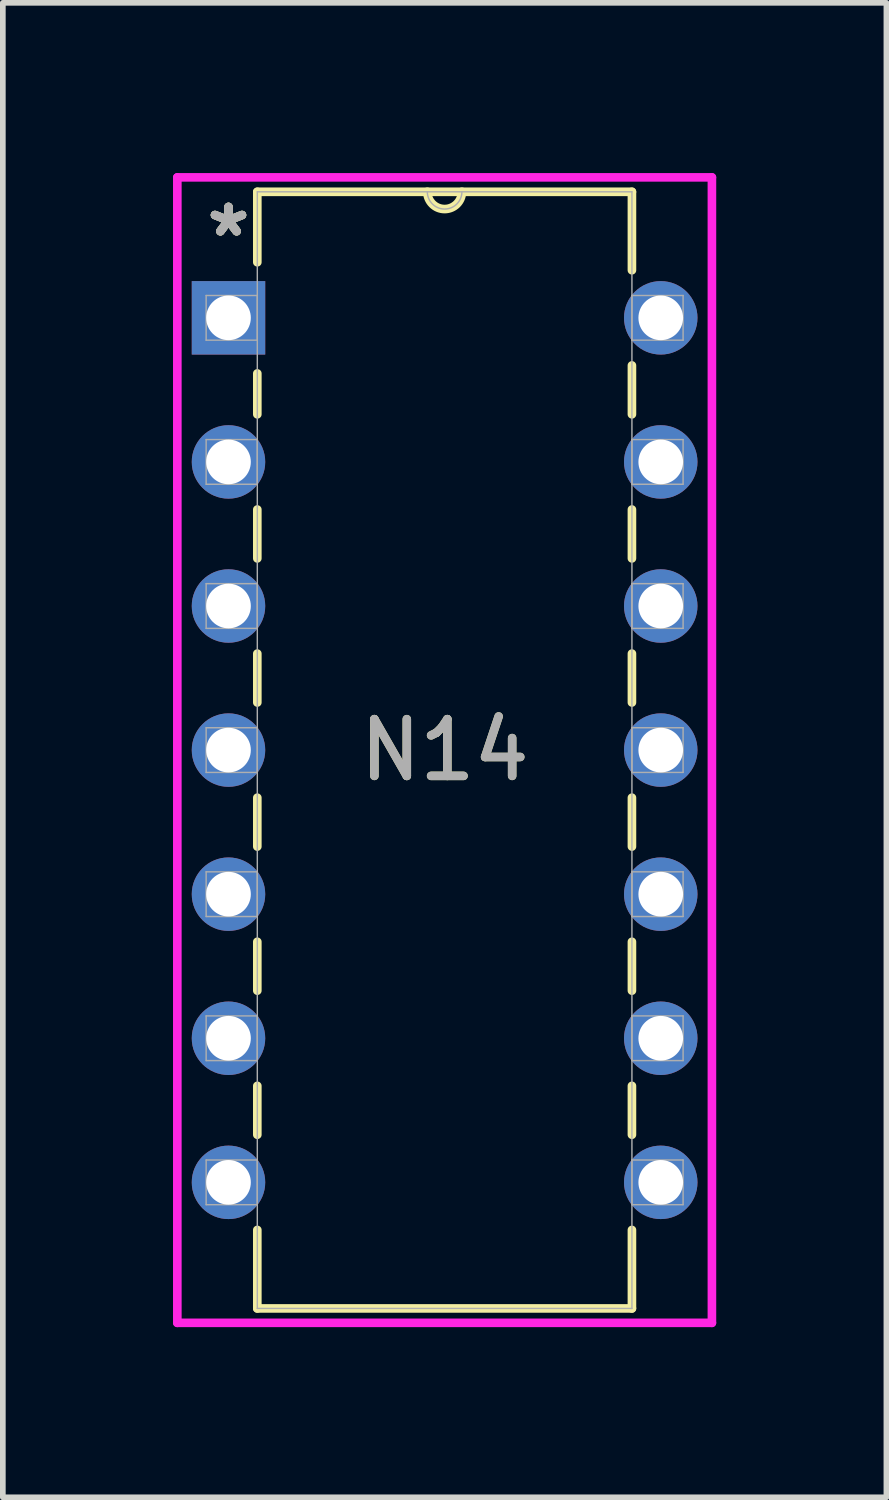
<source format=kicad_pcb>
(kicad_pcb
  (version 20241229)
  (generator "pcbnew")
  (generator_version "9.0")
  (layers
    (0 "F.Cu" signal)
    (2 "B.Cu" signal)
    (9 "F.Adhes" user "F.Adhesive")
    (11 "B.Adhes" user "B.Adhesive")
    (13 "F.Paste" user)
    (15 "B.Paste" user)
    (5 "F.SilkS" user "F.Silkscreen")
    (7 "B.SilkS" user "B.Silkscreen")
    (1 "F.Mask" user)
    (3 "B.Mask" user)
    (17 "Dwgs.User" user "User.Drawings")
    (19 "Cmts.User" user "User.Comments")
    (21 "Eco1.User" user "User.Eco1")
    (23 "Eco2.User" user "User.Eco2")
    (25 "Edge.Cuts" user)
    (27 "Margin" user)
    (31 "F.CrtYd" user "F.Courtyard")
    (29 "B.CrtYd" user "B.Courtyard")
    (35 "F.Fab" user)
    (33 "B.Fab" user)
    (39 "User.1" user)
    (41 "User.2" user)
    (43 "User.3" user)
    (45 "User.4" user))
  (footprint "N14"
    (layer "F.Cu")
    (at 8.598 17.793)
    (property "Reference" "N14" (at -3.81 -7.62 0) (unlocked yes) (layer "F.SilkS") (effects (font (size 1 1) (thickness 0.15))))
    (attr through_hole)
    (fp_line (start -7.112 -17.462) (end -7.112 -16.22) (stroke (width 0.152) (type solid)) (layer "F.SilkS"))
    (fp_line (start -7.112 -14.26) (end -7.112 -13.539) (stroke (width 0.152) (type solid)) (layer "F.SilkS"))
    (fp_line (start -7.112 -11.861) (end -7.112 -10.999) (stroke (width 0.152) (type solid)) (layer "F.SilkS"))
    (fp_line (start -7.112 -9.321) (end -7.112 -8.459) (stroke (width 0.152) (type solid)) (layer "F.SilkS"))
    (fp_line (start -7.112 -6.781) (end -7.112 -5.919) (stroke (width 0.152) (type solid)) (layer "F.SilkS"))
    (fp_line (start -7.112 -4.241) (end -7.112 -3.379) (stroke (width 0.152) (type solid)) (layer "F.SilkS"))
    (fp_line (start -7.112 -1.701) (end -7.112 -0.839) (stroke (width 0.152) (type solid)) (layer "F.SilkS"))
    (fp_line (start -7.112 0.839) (end -7.112 2.223) (stroke (width 0.152) (type solid)) (layer "F.SilkS"))
    (fp_line (start -7.112 2.223) (end -0.508 2.223) (stroke (width 0.152) (type solid)) (layer "F.SilkS"))
    (fp_line (start -0.508 -17.462) (end -7.112 -17.462) (stroke (width 0.152) (type solid)) (layer "F.SilkS"))
    (fp_line (start -0.508 -16.079) (end -0.508 -17.462) (stroke (width 0.152) (type solid)) (layer "F.SilkS"))
    (fp_line (start -0.508 -13.539) (end -0.508 -14.401) (stroke (width 0.152) (type solid)) (layer "F.SilkS"))
    (fp_line (start -0.508 -10.999) (end -0.508 -11.861) (stroke (width 0.152) (type solid)) (layer "F.SilkS"))
    (fp_line (start -0.508 -8.459) (end -0.508 -9.321) (stroke (width 0.152) (type solid)) (layer "F.SilkS"))
    (fp_line (start -0.508 -5.919) (end -0.508 -6.781) (stroke (width 0.152) (type solid)) (layer "F.SilkS"))
    (fp_line (start -0.508 -3.379) (end -0.508 -4.241) (stroke (width 0.152) (type solid)) (layer "F.SilkS"))
    (fp_line (start -0.508 -0.839) (end -0.508 -1.701) (stroke (width 0.152) (type solid)) (layer "F.SilkS"))
    (fp_line (start -0.508 2.223) (end -0.508 0.839) (stroke (width 0.152) (type solid)) (layer "F.SilkS"))
    (fp_arc (start -3.5052 -17.4625) (mid -3.81 -17.1577) (end -4.1148 -17.4625) (stroke (width 0.1524) (type solid)) (layer "F.SilkS"))
    (fp_line (start -8.522 -17.716) (end -8.522 2.477) (stroke (width 0.152) (type solid)) (layer "F.CrtYd"))
    (fp_line (start -8.522 2.477) (end 0.902 2.477) (stroke (width 0.152) (type solid)) (layer "F.CrtYd"))
    (fp_line (start 0.902 -17.716) (end -8.522 -17.716) (stroke (width 0.152) (type solid)) (layer "F.CrtYd"))
    (fp_line (start 0.902 2.477) (end 0.902 -17.716) (stroke (width 0.152) (type solid)) (layer "F.CrtYd"))
    (fp_line (start -8.014 -15.634) (end -8.014 -14.846) (stroke (width 0.025) (type solid)) (layer "F.Fab"))
    (fp_line (start -8.014 -14.846) (end -7.112 -14.846) (stroke (width 0.025) (type solid)) (layer "F.Fab"))
    (fp_line (start -8.014 -13.094) (end -8.014 -12.306) (stroke (width 0.025) (type solid)) (layer "F.Fab"))
    (fp_line (start -8.014 -12.306) (end -7.112 -12.306) (stroke (width 0.025) (type solid)) (layer "F.Fab"))
    (fp_line (start -8.014 -10.554) (end -8.014 -9.766) (stroke (width 0.025) (type solid)) (layer "F.Fab"))
    (fp_line (start -8.014 -9.766) (end -7.112 -9.766) (stroke (width 0.025) (type solid)) (layer "F.Fab"))
    (fp_line (start -8.014 -8.014) (end -8.014 -7.226) (stroke (width 0.025) (type solid)) (layer "F.Fab"))
    (fp_line (start -8.014 -7.226) (end -7.112 -7.226) (stroke (width 0.025) (type solid)) (layer "F.Fab"))
    (fp_line (start -8.014 -5.474) (end -8.014 -4.686) (stroke (width 0.025) (type solid)) (layer "F.Fab"))
    (fp_line (start -8.014 -4.686) (end -7.112 -4.686) (stroke (width 0.025) (type solid)) (layer "F.Fab"))
    (fp_line (start -8.014 -2.934) (end -8.014 -2.146) (stroke (width 0.025) (type solid)) (layer "F.Fab"))
    (fp_line (start -8.014 -2.146) (end -7.112 -2.146) (stroke (width 0.025) (type solid)) (layer "F.Fab"))
    (fp_line (start -8.014 -0.394) (end -8.014 0.394) (stroke (width 0.025) (type solid)) (layer "F.Fab"))
    (fp_line (start -8.014 0.394) (end -7.112 0.394) (stroke (width 0.025) (type solid)) (layer "F.Fab"))
    (fp_line (start -7.112 -17.462) (end -7.112 2.223) (stroke (width 0.025) (type solid)) (layer "F.Fab"))
    (fp_line (start -7.112 -15.634) (end -8.014 -15.634) (stroke (width 0.025) (type solid)) (layer "F.Fab"))
    (fp_line (start -7.112 -14.846) (end -7.112 -15.634) (stroke (width 0.025) (type solid)) (layer "F.Fab"))
    (fp_line (start -7.112 -13.094) (end -8.014 -13.094) (stroke (width 0.025) (type solid)) (layer "F.Fab"))
    (fp_line (start -7.112 -12.306) (end -7.112 -13.094) (stroke (width 0.025) (type solid)) (layer "F.Fab"))
    (fp_line (start -7.112 -10.554) (end -8.014 -10.554) (stroke (width 0.025) (type solid)) (layer "F.Fab"))
    (fp_line (start -7.112 -9.766) (end -7.112 -10.554) (stroke (width 0.025) (type solid)) (layer "F.Fab"))
    (fp_line (start -7.112 -8.014) (end -8.014 -8.014) (stroke (width 0.025) (type solid)) (layer "F.Fab"))
    (fp_line (start -7.112 -7.226) (end -7.112 -8.014) (stroke (width 0.025) (type solid)) (layer "F.Fab"))
    (fp_line (start -7.112 -5.474) (end -8.014 -5.474) (stroke (width 0.025) (type solid)) (layer "F.Fab"))
    (fp_line (start -7.112 -4.686) (end -7.112 -5.474) (stroke (width 0.025) (type solid)) (layer "F.Fab"))
    (fp_line (start -7.112 -2.934) (end -8.014 -2.934) (stroke (width 0.025) (type solid)) (layer "F.Fab"))
    (fp_line (start -7.112 -2.146) (end -7.112 -2.934) (stroke (width 0.025) (type solid)) (layer "F.Fab"))
    (fp_line (start -7.112 -0.394) (end -8.014 -0.394) (stroke (width 0.025) (type solid)) (layer "F.Fab"))
    (fp_line (start -7.112 0.394) (end -7.112 -0.394) (stroke (width 0.025) (type solid)) (layer "F.Fab"))
    (fp_line (start -7.112 2.223) (end -0.508 2.223) (stroke (width 0.025) (type solid)) (layer "F.Fab"))
    (fp_line (start -0.508 -17.462) (end -7.112 -17.462) (stroke (width 0.025) (type solid)) (layer "F.Fab"))
    (fp_line (start -0.508 -15.634) (end -0.508 -14.846) (stroke (width 0.025) (type solid)) (layer "F.Fab"))
    (fp_line (start -0.508 -14.846) (end 0.394 -14.846) (stroke (width 0.025) (type solid)) (layer "F.Fab"))
    (fp_line (start -0.508 -13.094) (end -0.508 -12.306) (stroke (width 0.025) (type solid)) (layer "F.Fab"))
    (fp_line (start -0.508 -12.306) (end 0.394 -12.306) (stroke (width 0.025) (type solid)) (layer "F.Fab"))
    (fp_line (start -0.508 -10.554) (end -0.508 -9.766) (stroke (width 0.025) (type solid)) (layer "F.Fab"))
    (fp_line (start -0.508 -9.766) (end 0.394 -9.766) (stroke (width 0.025) (type solid)) (layer "F.Fab"))
    (fp_line (start -0.508 -8.014) (end -0.508 -7.226) (stroke (width 0.025) (type solid)) (layer "F.Fab"))
    (fp_line (start -0.508 -7.226) (end 0.394 -7.226) (stroke (width 0.025) (type solid)) (layer "F.Fab"))
    (fp_line (start -0.508 -5.474) (end -0.508 -4.686) (stroke (width 0.025) (type solid)) (layer "F.Fab"))
    (fp_line (start -0.508 -4.686) (end 0.394 -4.686) (stroke (width 0.025) (type solid)) (layer "F.Fab"))
    (fp_line (start -0.508 -2.934) (end -0.508 -2.146) (stroke (width 0.025) (type solid)) (layer "F.Fab"))
    (fp_line (start -0.508 -2.146) (end 0.394 -2.146) (stroke (width 0.025) (type solid)) (layer "F.Fab"))
    (fp_line (start -0.508 -0.394) (end -0.508 0.394) (stroke (width 0.025) (type solid)) (layer "F.Fab"))
    (fp_line (start -0.508 0.394) (end 0.394 0.394) (stroke (width 0.025) (type solid)) (layer "F.Fab"))
    (fp_line (start -0.508 2.223) (end -0.508 -17.462) (stroke (width 0.025) (type solid)) (layer "F.Fab"))
    (fp_line (start 0.394 -15.634) (end -0.508 -15.634) (stroke (width 0.025) (type solid)) (layer "F.Fab"))
    (fp_line (start 0.394 -14.846) (end 0.394 -15.634) (stroke (width 0.025) (type solid)) (layer "F.Fab"))
    (fp_line (start 0.394 -13.094) (end -0.508 -13.094) (stroke (width 0.025) (type solid)) (layer "F.Fab"))
    (fp_line (start 0.394 -12.306) (end 0.394 -13.094) (stroke (width 0.025) (type solid)) (layer "F.Fab"))
    (fp_line (start 0.394 -10.554) (end -0.508 -10.554) (stroke (width 0.025) (type solid)) (layer "F.Fab"))
    (fp_line (start 0.394 -9.766) (end 0.394 -10.554) (stroke (width 0.025) (type solid)) (layer "F.Fab"))
    (fp_line (start 0.394 -8.014) (end -0.508 -8.014) (stroke (width 0.025) (type solid)) (layer "F.Fab"))
    (fp_line (start 0.394 -7.226) (end 0.394 -8.014) (stroke (width 0.025) (type solid)) (layer "F.Fab"))
    (fp_line (start 0.394 -5.474) (end -0.508 -5.474) (stroke (width 0.025) (type solid)) (layer "F.Fab"))
    (fp_line (start 0.394 -4.686) (end 0.394 -5.474) (stroke (width 0.025) (type solid)) (layer "F.Fab"))
    (fp_line (start 0.394 -2.934) (end -0.508 -2.934) (stroke (width 0.025) (type solid)) (layer "F.Fab"))
    (fp_line (start 0.394 -2.146) (end 0.394 -2.934) (stroke (width 0.025) (type solid)) (layer "F.Fab"))
    (fp_line (start 0.394 -0.394) (end -0.508 -0.394) (stroke (width 0.025) (type solid)) (layer "F.Fab"))
    (fp_line (start 0.394 0.394) (end 0.394 -0.394) (stroke (width 0.025) (type solid)) (layer "F.Fab"))
    (fp_arc (start -3.5052 -17.4625) (mid -3.81 -17.1577) (end -4.1148 -17.4625) (stroke (width 0.0254) (type solid)) (layer "F.Fab"))
    (fp_text user "*" (at -7.62 -16.65 0) (unlocked yes) (layer "F.SilkS") (effects (font (size 1 1) (thickness 0.15))))
    (fp_text user "*" (at -7.62 -16.65 0) (layer "F.SilkS") (effects (font (size 1 1) (thickness 0.15))))
    (fp_text user "*" (at -7.62 -16.65 0) (unlocked yes) (layer "F.Fab") (effects (font (size 1 1) (thickness 0.15))))
    (fp_text user "${REFERENCE}" (at -3.81 -7.62 0) (unlocked yes) (layer "F.Fab") (effects (font (size 1 1) (thickness 0.15))))
    (fp_text user "*" (at -7.62 -16.65 0) (layer "F.Fab") (effects (font (size 1 1) (thickness 0.15))))
    (pad "1" thru_hole rect (at -7.62 -15.24) (size 1.295 1.295) (drill 0.787) (layers "*.Cu" "*.Mask"))
    (pad "2" thru_hole circle (at -7.62 -12.7) (size 1.295 1.295) (drill 0.787) (layers "*.Cu" "*.Mask"))
    (pad "3" thru_hole circle (at -7.62 -10.16) (size 1.295 1.295) (drill 0.787) (layers "*.Cu" "*.Mask"))
    (pad "4" thru_hole circle (at -7.62 -7.62) (size 1.295 1.295) (drill 0.787) (layers "*.Cu" "*.Mask"))
    (pad "5" thru_hole circle (at -7.62 -5.08) (size 1.295 1.295) (drill 0.787) (layers "*.Cu" "*.Mask"))
    (pad "6" thru_hole circle (at -7.62 -2.54) (size 1.295 1.295) (drill 0.787) (layers "*.Cu" "*.Mask"))
    (pad "7" thru_hole circle (at -7.62 0) (size 1.295 1.295) (drill 0.787) (layers "*.Cu" "*.Mask"))
    (pad "8" thru_hole circle (at 0 0) (size 1.295 1.295) (drill 0.787) (layers "*.Cu" "*.Mask"))
    (pad "9" thru_hole circle (at 0 -2.54) (size 1.295 1.295) (drill 0.787) (layers "*.Cu" "*.Mask"))
    (pad "10" thru_hole circle (at 0 -5.08) (size 1.295 1.295) (drill 0.787) (layers "*.Cu" "*.Mask"))
    (pad "11" thru_hole circle (at 0 -7.62) (size 1.295 1.295) (drill 0.787) (layers "*.Cu" "*.Mask"))
    (pad "12" thru_hole circle (at 0 -10.16) (size 1.295 1.295) (drill 0.787) (layers "*.Cu" "*.Mask"))
    (pad "13" thru_hole circle (at 0 -12.7) (size 1.295 1.295) (drill 0.787) (layers "*.Cu" "*.Mask"))
    (pad "14" thru_hole circle (at 0 -15.24) (size 1.295 1.295) (drill 0.787) (layers "*.Cu" "*.Mask")))
  (gr_rect
    (start -3 -3)
    (end 12.576 23.345)
    (stroke (width 0.1) (type default))
    (fill no)
    (layer "Edge.Cuts")))
</source>
